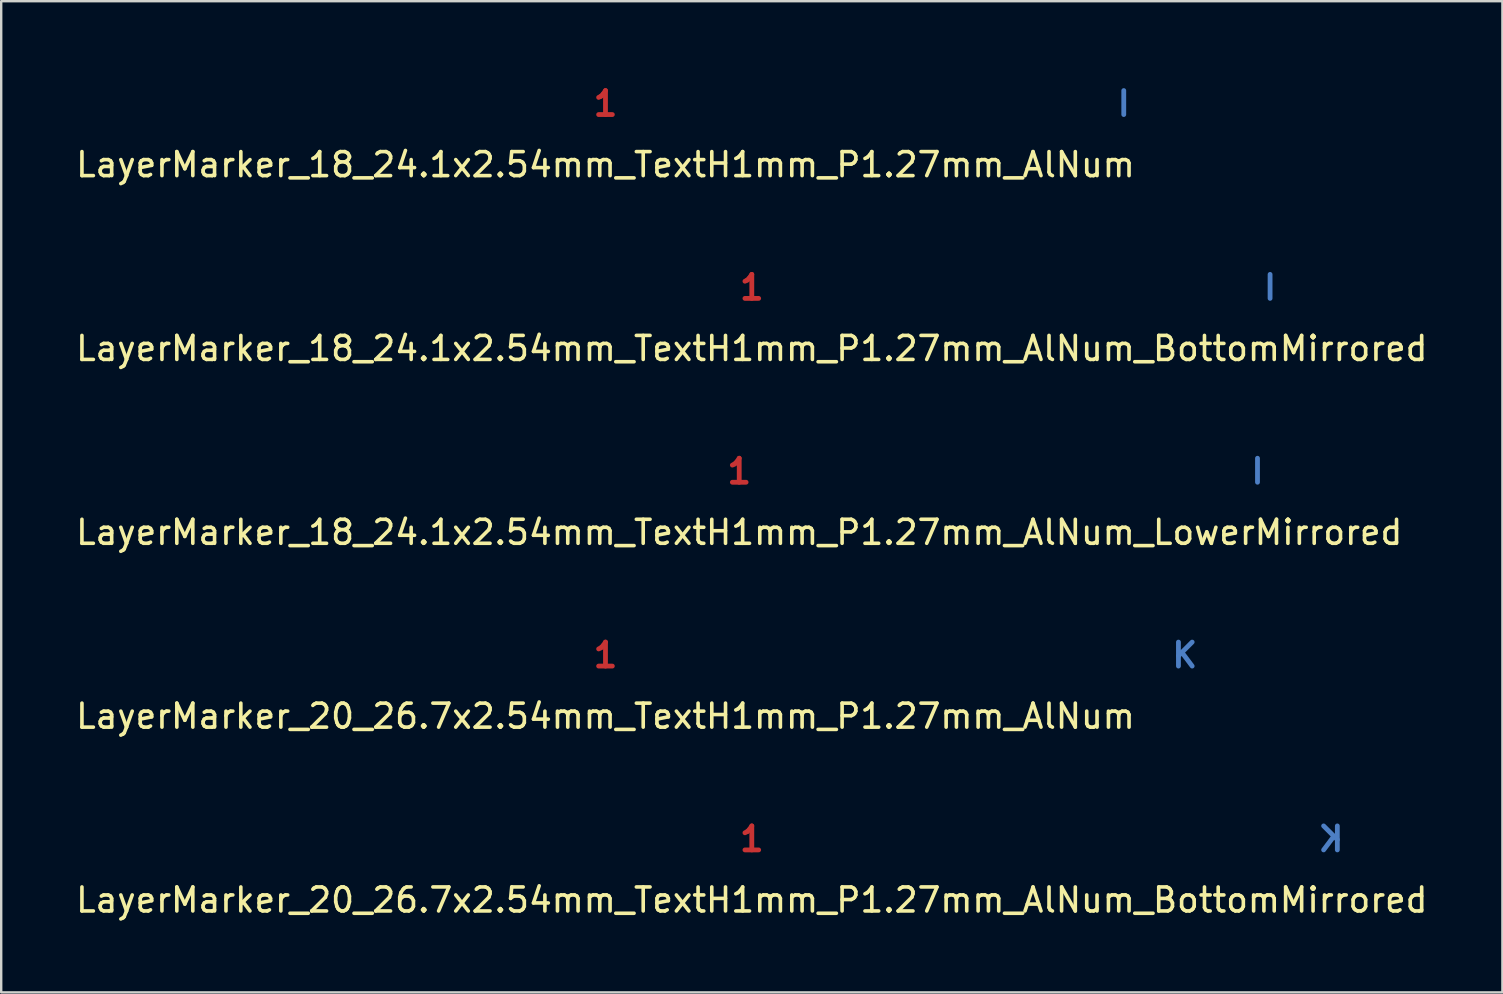
<source format=kicad_pcb>
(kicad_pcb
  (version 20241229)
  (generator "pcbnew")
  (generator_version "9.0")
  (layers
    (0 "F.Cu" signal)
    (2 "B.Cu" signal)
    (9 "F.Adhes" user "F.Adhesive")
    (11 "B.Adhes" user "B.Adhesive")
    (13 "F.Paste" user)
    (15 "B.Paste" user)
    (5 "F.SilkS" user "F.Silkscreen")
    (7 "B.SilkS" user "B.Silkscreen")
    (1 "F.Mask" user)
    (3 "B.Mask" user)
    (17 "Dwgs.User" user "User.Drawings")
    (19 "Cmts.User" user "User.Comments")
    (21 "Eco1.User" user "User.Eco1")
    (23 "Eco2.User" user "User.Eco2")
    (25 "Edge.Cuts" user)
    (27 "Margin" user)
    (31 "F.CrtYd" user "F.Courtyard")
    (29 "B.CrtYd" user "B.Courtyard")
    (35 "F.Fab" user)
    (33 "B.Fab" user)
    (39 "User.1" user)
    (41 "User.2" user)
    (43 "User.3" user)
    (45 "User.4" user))
  (footprint "LayerMarker_20_26.7x2.54mm_TextH1mm_P1.27mm_AlNum"
    (layer "F.Cu")
    (at 22.173 25.515)
    (property "Reference" "LayerMarker_20_26.7x2.54mm_TextH1mm_P1.27mm_AlNum" (at 0 1.27 0) (layer "F.SilkS") (effects (font (size 1 1) (thickness 0.15))))
    (attr board_only exclude_from_pos_files exclude_from_bom allow_missing_courtyard)
    (fp_text user "1" (at 0 -1.27 0) (layer "F.Cu") (effects (font (size 1 1) (thickness 0.2))))
    (fp_text user "K" (at 24.13 -1.27 0) (layer "B.Cu") (effects (font (size 1 1) (thickness 0.2))))
    (fp_text user "2" (at 1.27 -1.27 0) (layer "In1.Cu") (effects (font (size 1 1) (thickness 0.2))))
    (fp_text user "3" (at 2.54 -1.27 0) (layer "In2.Cu") (effects (font (size 1 1) (thickness 0.2))))
    (fp_text user "4" (at 3.81 -1.27 0) (layer "In3.Cu") (effects (font (size 1 1) (thickness 0.2))))
    (fp_text user "5" (at 5.08 -1.27 0) (layer "In4.Cu") (effects (font (size 1 1) (thickness 0.2))))
    (fp_text user "6" (at 6.35 -1.27 0) (layer "In5.Cu") (effects (font (size 1 1) (thickness 0.2))))
    (fp_text user "7" (at 7.62 -1.27 0) (layer "In6.Cu") (effects (font (size 1 1) (thickness 0.2))))
    (fp_text user "8" (at 8.89 -1.27 0) (layer "In7.Cu") (effects (font (size 1 1) (thickness 0.2))))
    (fp_text user "9" (at 10.16 -1.27 0) (layer "In8.Cu") (effects (font (size 1 1) (thickness 0.2))))
    (fp_text user "A" (at 11.43 -1.27 0) (layer "In9.Cu") (effects (font (size 1 1) (thickness 0.2))))
    (fp_text user "B" (at 12.7 -1.27 0) (layer "In10.Cu") (effects (font (size 1 1) (thickness 0.2))))
    (fp_text user "C" (at 13.97 -1.27 0) (layer "In11.Cu") (effects (font (size 1 1) (thickness 0.2))))
    (fp_text user "D" (at 15.24 -1.27 0) (layer "In12.Cu") (effects (font (size 1 1) (thickness 0.2))))
    (fp_text user "E" (at 16.51 -1.27 0) (layer "In13.Cu") (effects (font (size 1 1) (thickness 0.2))))
    (fp_text user "F" (at 17.78 -1.27 0) (layer "In14.Cu") (effects (font (size 1 1) (thickness 0.2))))
    (fp_text user "G" (at 19.05 -1.27 0) (layer "In15.Cu") (effects (font (size 1 1) (thickness 0.2))))
    (fp_text user "H" (at 20.32 -1.27 0) (layer "In16.Cu") (effects (font (size 1 1) (thickness 0.2))))
    (fp_text user "I" (at 21.59 -1.27 0) (layer "In17.Cu") (effects (font (size 1 1) (thickness 0.2))))
    (fp_text user "J" (at 22.86 -1.27 0) (layer "In18.Cu") (effects (font (size 1 1) (thickness 0.2))))
    (zone (net_name "") (layers "F.Cu" "B.Cu") (hatch edge 0.5) (connect_pads) (min_thickness 0.25) (filled_areas_thickness no) (keepout (tracks not_allowed) (vias not_allowed) (pads not_allowed) (copperpour not_allowed) (footprints allowed)) (placement (enabled no)) (fill) (polygon (pts (xy 20.903 22.975) (xy 47.573 22.975) (xy 47.573 25.515) (xy 20.903 25.515)))))
  (footprint "LayerMarker_18_24.1x2.54mm_TextH1mm_P1.27mm_AlNum"
    (layer "F.Cu")
    (at 22.173 2.54)
    (property "Reference" "LayerMarker_18_24.1x2.54mm_TextH1mm_P1.27mm_AlNum" (at 0 1.27 0) (layer "F.SilkS") (effects (font (size 1 1) (thickness 0.15))))
    (attr board_only exclude_from_pos_files exclude_from_bom allow_missing_courtyard)
    (fp_text user "1" (at 0 -1.27 0) (layer "F.Cu") (effects (font (size 1 1) (thickness 0.2))))
    (fp_text user "I" (at 21.59 -1.27 0) (layer "B.Cu") (effects (font (size 1 1) (thickness 0.2))))
    (fp_text user "2" (at 1.27 -1.27 0) (layer "In1.Cu") (effects (font (size 1 1) (thickness 0.2))))
    (fp_text user "3" (at 2.54 -1.27 0) (layer "In2.Cu") (effects (font (size 1 1) (thickness 0.2))))
    (fp_text user "4" (at 3.81 -1.27 0) (layer "In3.Cu") (effects (font (size 1 1) (thickness 0.2))))
    (fp_text user "5" (at 5.08 -1.27 0) (layer "In4.Cu") (effects (font (size 1 1) (thickness 0.2))))
    (fp_text user "6" (at 6.35 -1.27 0) (layer "In5.Cu") (effects (font (size 1 1) (thickness 0.2))))
    (fp_text user "7" (at 7.62 -1.27 0) (layer "In6.Cu") (effects (font (size 1 1) (thickness 0.2))))
    (fp_text user "8" (at 8.89 -1.27 0) (layer "In7.Cu") (effects (font (size 1 1) (thickness 0.2))))
    (fp_text user "9" (at 10.16 -1.27 0) (layer "In8.Cu") (effects (font (size 1 1) (thickness 0.2))))
    (fp_text user "A" (at 11.43 -1.27 0) (layer "In9.Cu") (effects (font (size 1 1) (thickness 0.2))))
    (fp_text user "B" (at 12.7 -1.27 0) (layer "In10.Cu") (effects (font (size 1 1) (thickness 0.2))))
    (fp_text user "C" (at 13.97 -1.27 0) (layer "In11.Cu") (effects (font (size 1 1) (thickness 0.2))))
    (fp_text user "D" (at 15.24 -1.27 0) (layer "In12.Cu") (effects (font (size 1 1) (thickness 0.2))))
    (fp_text user "E" (at 16.51 -1.27 0) (layer "In13.Cu") (effects (font (size 1 1) (thickness 0.2))))
    (fp_text user "F" (at 17.78 -1.27 0) (layer "In14.Cu") (effects (font (size 1 1) (thickness 0.2))))
    (fp_text user "G" (at 19.05 -1.27 0) (layer "In15.Cu") (effects (font (size 1 1) (thickness 0.2))))
    (fp_text user "H" (at 20.32 -1.27 0) (layer "In16.Cu") (effects (font (size 1 1) (thickness 0.2))))
    (zone (net_name "") (layers "F.Cu" "B.Cu") (hatch edge 0.5) (connect_pads) (min_thickness 0.25) (filled_areas_thickness no) (keepout (tracks not_allowed) (vias not_allowed) (pads not_allowed) (copperpour not_allowed) (footprints allowed)) (placement (enabled no)) (fill) (polygon (pts (xy 20.903 0) (xy 45.033 0) (xy 45.033 2.54) (xy 20.903 2.54)))))
  (footprint "LayerMarker_20_26.7x2.54mm_TextH1mm_P1.27mm_AlNum_BottomMirrored"
    (layer "F.Cu")
    (at 28.268 33.173)
    (property "Reference" "LayerMarker_20_26.7x2.54mm_TextH1mm_P1.27mm_AlNum_BottomMirrored" (at 0 1.27 0) (layer "F.SilkS") (effects (font (size 1 1) (thickness 0.15))))
    (attr board_only exclude_from_pos_files exclude_from_bom allow_missing_courtyard)
    (fp_text user "1" (at 0 -1.27 0) (layer "F.Cu") (effects (font (size 1 1) (thickness 0.2))))
    (fp_text user "K" (at 24.13 -1.27 0) (layer "B.Cu") (effects (font (size 1 1) (thickness 0.2)) (justify mirror)))
    (fp_text user "2" (at 1.27 -1.27 0) (layer "In1.Cu") (effects (font (size 1 1) (thickness 0.2))))
    (fp_text user "3" (at 2.54 -1.27 0) (layer "In2.Cu") (effects (font (size 1 1) (thickness 0.2))))
    (fp_text user "4" (at 3.81 -1.27 0) (layer "In3.Cu") (effects (font (size 1 1) (thickness 0.2))))
    (fp_text user "5" (at 5.08 -1.27 0) (layer "In4.Cu") (effects (font (size 1 1) (thickness 0.2))))
    (fp_text user "6" (at 6.35 -1.27 0) (layer "In5.Cu") (effects (font (size 1 1) (thickness 0.2))))
    (fp_text user "7" (at 7.62 -1.27 0) (layer "In6.Cu") (effects (font (size 1 1) (thickness 0.2))))
    (fp_text user "8" (at 8.89 -1.27 0) (layer "In7.Cu") (effects (font (size 1 1) (thickness 0.2))))
    (fp_text user "9" (at 10.16 -1.27 0) (layer "In8.Cu") (effects (font (size 1 1) (thickness 0.2))))
    (fp_text user "A" (at 11.43 -1.27 0) (layer "In9.Cu") (effects (font (size 1 1) (thickness 0.2))))
    (fp_text user "B" (at 12.7 -1.27 0) (layer "In10.Cu") (effects (font (size 1 1) (thickness 0.2))))
    (fp_text user "C" (at 13.97 -1.27 0) (layer "In11.Cu") (effects (font (size 1 1) (thickness 0.2))))
    (fp_text user "D" (at 15.24 -1.27 0) (layer "In12.Cu") (effects (font (size 1 1) (thickness 0.2))))
    (fp_text user "E" (at 16.51 -1.27 0) (layer "In13.Cu") (effects (font (size 1 1) (thickness 0.2))))
    (fp_text user "F" (at 17.78 -1.27 0) (layer "In14.Cu") (effects (font (size 1 1) (thickness 0.2))))
    (fp_text user "G" (at 19.05 -1.27 0) (layer "In15.Cu") (effects (font (size 1 1) (thickness 0.2))))
    (fp_text user "H" (at 20.32 -1.27 0) (layer "In16.Cu") (effects (font (size 1 1) (thickness 0.2))))
    (fp_text user "I" (at 21.59 -1.27 0) (layer "In17.Cu") (effects (font (size 1 1) (thickness 0.2))))
    (fp_text user "J" (at 22.86 -1.27 0) (layer "In18.Cu") (effects (font (size 1 1) (thickness 0.2))))
    (zone (net_name "") (layers "F.Cu" "B.Cu") (hatch edge 0.5) (connect_pads) (min_thickness 0.25) (filled_areas_thickness no) (keepout (tracks not_allowed) (vias not_allowed) (pads not_allowed) (copperpour not_allowed) (footprints allowed)) (placement (enabled no)) (fill) (polygon (pts (xy 26.998 30.633) (xy 53.668 30.633) (xy 53.668 33.173) (xy 26.998 33.173)))))
  (footprint "LayerMarker_18_24.1x2.54mm_TextH1mm_P1.27mm_AlNum_LowerMirrored"
    (layer "F.Cu")
    (at 27.744 17.857)
    (property "Reference" "LayerMarker_18_24.1x2.54mm_TextH1mm_P1.27mm_AlNum_LowerMirrored" (at 0 1.27 0) (layer "F.SilkS") (effects (font (size 1 1) (thickness 0.15))))
    (attr board_only exclude_from_pos_files exclude_from_bom allow_missing_courtyard)
    (fp_text user "1" (at 0 -1.27 0) (layer "F.Cu") (effects (font (size 1 1) (thickness 0.2))))
    (fp_text user "I" (at 21.59 -1.27 0) (layer "B.Cu") (effects (font (size 1 1) (thickness 0.2)) (justify mirror)))
    (fp_text user "2" (at 1.27 -1.27 0) (layer "In1.Cu") (effects (font (size 1 1) (thickness 0.2))))
    (fp_text user "3" (at 2.54 -1.27 0) (layer "In2.Cu") (effects (font (size 1 1) (thickness 0.2))))
    (fp_text user "4" (at 3.81 -1.27 0) (layer "In3.Cu") (effects (font (size 1 1) (thickness 0.2))))
    (fp_text user "5" (at 5.08 -1.27 0) (layer "In4.Cu") (effects (font (size 1 1) (thickness 0.2))))
    (fp_text user "6" (at 6.35 -1.27 0) (layer "In5.Cu") (effects (font (size 1 1) (thickness 0.2))))
    (fp_text user "7" (at 7.62 -1.27 0) (layer "In6.Cu") (effects (font (size 1 1) (thickness 0.2))))
    (fp_text user "8" (at 8.89 -1.27 0) (layer "In7.Cu") (effects (font (size 1 1) (thickness 0.2))))
    (fp_text user "9" (at 10.16 -1.27 0) (layer "In8.Cu") (effects (font (size 1 1) (thickness 0.2))))
    (fp_text user "A" (at 11.43 -1.27 0) (layer "In9.Cu") (effects (font (size 1 1) (thickness 0.2)) (justify mirror)))
    (fp_text user "B" (at 12.7 -1.27 0) (layer "In10.Cu") (effects (font (size 1 1) (thickness 0.2)) (justify mirror)))
    (fp_text user "C" (at 13.97 -1.27 0) (layer "In11.Cu") (effects (font (size 1 1) (thickness 0.2)) (justify mirror)))
    (fp_text user "D" (at 15.24 -1.27 0) (layer "In12.Cu") (effects (font (size 1 1) (thickness 0.2)) (justify mirror)))
    (fp_text user "E" (at 16.51 -1.27 0) (layer "In13.Cu") (effects (font (size 1 1) (thickness 0.2)) (justify mirror)))
    (fp_text user "F" (at 17.78 -1.27 0) (layer "In14.Cu") (effects (font (size 1 1) (thickness 0.2)) (justify mirror)))
    (fp_text user "G" (at 19.05 -1.27 0) (layer "In15.Cu") (effects (font (size 1 1) (thickness 0.2)) (justify mirror)))
    (fp_text user "H" (at 20.32 -1.27 0) (layer "In16.Cu") (effects (font (size 1 1) (thickness 0.2)) (justify mirror)))
    (zone (net_name "") (layers "F.Cu" "B.Cu") (hatch edge 0.5) (connect_pads) (min_thickness 0.25) (filled_areas_thickness no) (keepout (tracks not_allowed) (vias not_allowed) (pads not_allowed) (copperpour not_allowed) (footprints allowed)) (placement (enabled no)) (fill) (polygon (pts (xy 26.474 15.316) (xy 50.604 15.316) (xy 50.604 17.857) (xy 26.474 17.857)))))
  (footprint "LayerMarker_18_24.1x2.54mm_TextH1mm_P1.27mm_AlNum_BottomMirrored"
    (layer "F.Cu")
    (at 28.268 10.198)
    (property "Reference" "LayerMarker_18_24.1x2.54mm_TextH1mm_P1.27mm_AlNum_BottomMirrored" (at 0 1.27 0) (layer "F.SilkS") (effects (font (size 1 1) (thickness 0.15))))
    (attr board_only exclude_from_pos_files exclude_from_bom allow_missing_courtyard)
    (fp_text user "1" (at 0 -1.27 0) (layer "F.Cu") (effects (font (size 1 1) (thickness 0.2))))
    (fp_text user "I" (at 21.59 -1.27 0) (layer "B.Cu") (effects (font (size 1 1) (thickness 0.2)) (justify mirror)))
    (fp_text user "2" (at 1.27 -1.27 0) (layer "In1.Cu") (effects (font (size 1 1) (thickness 0.2))))
    (fp_text user "3" (at 2.54 -1.27 0) (layer "In2.Cu") (effects (font (size 1 1) (thickness 0.2))))
    (fp_text user "4" (at 3.81 -1.27 0) (layer "In3.Cu") (effects (font (size 1 1) (thickness 0.2))))
    (fp_text user "5" (at 5.08 -1.27 0) (layer "In4.Cu") (effects (font (size 1 1) (thickness 0.2))))
    (fp_text user "6" (at 6.35 -1.27 0) (layer "In5.Cu") (effects (font (size 1 1) (thickness 0.2))))
    (fp_text user "7" (at 7.62 -1.27 0) (layer "In6.Cu") (effects (font (size 1 1) (thickness 0.2))))
    (fp_text user "8" (at 8.89 -1.27 0) (layer "In7.Cu") (effects (font (size 1 1) (thickness 0.2))))
    (fp_text user "9" (at 10.16 -1.27 0) (layer "In8.Cu") (effects (font (size 1 1) (thickness 0.2))))
    (fp_text user "A" (at 11.43 -1.27 0) (layer "In9.Cu") (effects (font (size 1 1) (thickness 0.2))))
    (fp_text user "B" (at 12.7 -1.27 0) (layer "In10.Cu") (effects (font (size 1 1) (thickness 0.2))))
    (fp_text user "C" (at 13.97 -1.27 0) (layer "In11.Cu") (effects (font (size 1 1) (thickness 0.2))))
    (fp_text user "D" (at 15.24 -1.27 0) (layer "In12.Cu") (effects (font (size 1 1) (thickness 0.2))))
    (fp_text user "E" (at 16.51 -1.27 0) (layer "In13.Cu") (effects (font (size 1 1) (thickness 0.2))))
    (fp_text user "F" (at 17.78 -1.27 0) (layer "In14.Cu") (effects (font (size 1 1) (thickness 0.2))))
    (fp_text user "G" (at 19.05 -1.27 0) (layer "In15.Cu") (effects (font (size 1 1) (thickness 0.2))))
    (fp_text user "H" (at 20.32 -1.27 0) (layer "In16.Cu") (effects (font (size 1 1) (thickness 0.2))))
    (zone (net_name "") (layers "F.Cu" "B.Cu") (hatch edge 0.5) (connect_pads) (min_thickness 0.25) (filled_areas_thickness no) (keepout (tracks not_allowed) (vias not_allowed) (pads not_allowed) (copperpour not_allowed) (footprints allowed)) (placement (enabled no)) (fill) (polygon (pts (xy 26.998 7.658) (xy 51.128 7.658) (xy 51.128 10.198) (xy 26.998 10.198)))))
  (gr_rect
    (start -3 -3)
    (end 59.536 38.291)
    (stroke (width 0.1) (type default))
    (fill no)
    (layer "Edge.Cuts")))
</source>
